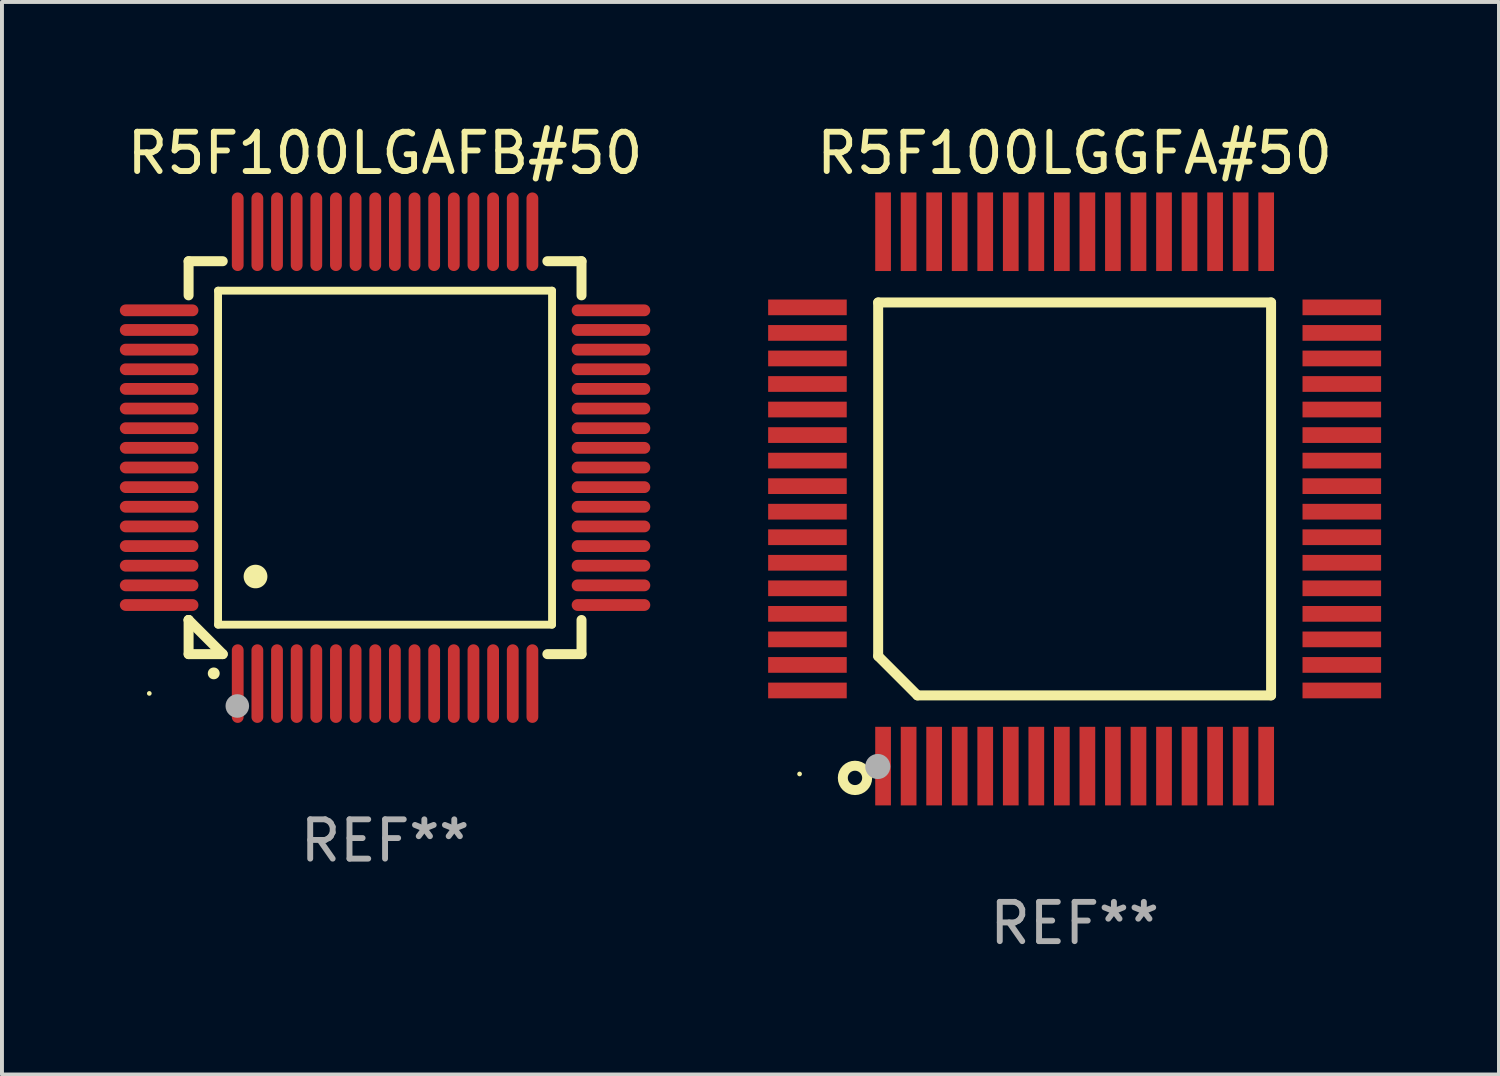
<source format=kicad_pcb>
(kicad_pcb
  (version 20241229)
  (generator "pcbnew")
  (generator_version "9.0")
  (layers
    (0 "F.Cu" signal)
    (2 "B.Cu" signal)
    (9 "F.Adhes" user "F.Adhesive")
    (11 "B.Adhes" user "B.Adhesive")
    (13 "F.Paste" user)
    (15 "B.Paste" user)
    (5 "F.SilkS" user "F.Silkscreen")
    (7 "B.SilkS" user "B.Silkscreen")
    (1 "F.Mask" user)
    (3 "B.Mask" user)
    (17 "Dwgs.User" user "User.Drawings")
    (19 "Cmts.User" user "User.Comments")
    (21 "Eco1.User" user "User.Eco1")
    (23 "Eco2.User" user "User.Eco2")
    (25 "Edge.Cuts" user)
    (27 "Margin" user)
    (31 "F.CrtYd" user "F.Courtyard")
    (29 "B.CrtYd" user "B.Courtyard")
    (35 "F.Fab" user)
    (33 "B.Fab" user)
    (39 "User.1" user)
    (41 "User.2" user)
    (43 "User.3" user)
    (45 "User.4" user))
  (footprint "R5F100LGGFA#50"
    (layer "F.Cu")
    (at 24.3 9.648)
    (property "Reference" "R5F100LGGFA#50" (at 0 -8.8 0) (layer "F.SilkS") (effects (font (size 1 1) (thickness 0.15))))
    (attr through_hole)
    (fp_line (start -5 -5) (end 5 -5) (stroke (width 0.254) (type solid)) (layer "F.SilkS"))
    (fp_line (start -5 4) (end -5 -5) (stroke (width 0.254) (type solid)) (layer "F.SilkS"))
    (fp_line (start -4 5) (end -5 4) (stroke (width 0.254) (type solid)) (layer "F.SilkS"))
    (fp_line (start 5 -5) (end 5 5) (stroke (width 0.254) (type solid)) (layer "F.SilkS"))
    (fp_line (start 5 5) (end -4 5) (stroke (width 0.254) (type solid)) (layer "F.SilkS"))
    (fp_circle (center -7 7) (end -6.97 7) (stroke (width 0.06) (type solid)) (fill no) (layer "F.SilkS"))
    (fp_circle (center -5.59 7.1) (end -5.28 7.1) (stroke (width 0.254) (type solid)) (fill no) (layer "F.SilkS"))
    (fp_circle (center -5.01 6.81) (end -4.85 6.81) (stroke (width 0.32) (type solid)) (fill no) (layer "F.Fab"))
    (fp_text user "REF**" (at 0 10.8 0) (layer "F.Fab") (effects (font (size 1 1) (thickness 0.15))))
    (pad "1" smd rect (at -4.875 6.8) (size 0.4 2) (layers "F.Cu" "F.Mask" "F.Paste"))
    (pad "2" smd rect (at -4.225 6.8) (size 0.4 2) (layers "F.Cu" "F.Mask" "F.Paste"))
    (pad "3" smd rect (at -3.575 6.8) (size 0.4 2) (layers "F.Cu" "F.Mask" "F.Paste"))
    (pad "4" smd rect (at -2.925 6.8) (size 0.4 2) (layers "F.Cu" "F.Mask" "F.Paste"))
    (pad "5" smd rect (at -2.275 6.8) (size 0.4 2) (layers "F.Cu" "F.Mask" "F.Paste"))
    (pad "6" smd rect (at -1.625 6.8) (size 0.4 2) (layers "F.Cu" "F.Mask" "F.Paste"))
    (pad "7" smd rect (at -0.975 6.8) (size 0.4 2) (layers "F.Cu" "F.Mask" "F.Paste"))
    (pad "8" smd rect (at -0.325 6.8) (size 0.4 2) (layers "F.Cu" "F.Mask" "F.Paste"))
    (pad "9" smd rect (at 0.325 6.8) (size 0.4 2) (layers "F.Cu" "F.Mask" "F.Paste"))
    (pad "10" smd rect (at 0.975 6.8) (size 0.4 2) (layers "F.Cu" "F.Mask" "F.Paste"))
    (pad "11" smd rect (at 1.625 6.8) (size 0.4 2) (layers "F.Cu" "F.Mask" "F.Paste"))
    (pad "12" smd rect (at 2.275 6.8) (size 0.4 2) (layers "F.Cu" "F.Mask" "F.Paste"))
    (pad "13" smd rect (at 2.925 6.8) (size 0.4 2) (layers "F.Cu" "F.Mask" "F.Paste"))
    (pad "14" smd rect (at 3.575 6.8) (size 0.4 2) (layers "F.Cu" "F.Mask" "F.Paste"))
    (pad "15" smd rect (at 4.225 6.8) (size 0.4 2) (layers "F.Cu" "F.Mask" "F.Paste"))
    (pad "16" smd rect (at 4.875 6.8) (size 0.4 2) (layers "F.Cu" "F.Mask" "F.Paste"))
    (pad "17" smd rect (at 6.8 4.875) (size 2 0.4) (layers "F.Cu" "F.Mask" "F.Paste"))
    (pad "18" smd rect (at 6.8 4.225) (size 2 0.4) (layers "F.Cu" "F.Mask" "F.Paste"))
    (pad "19" smd rect (at 6.8 3.575) (size 2 0.4) (layers "F.Cu" "F.Mask" "F.Paste"))
    (pad "20" smd rect (at 6.8 2.925) (size 2 0.4) (layers "F.Cu" "F.Mask" "F.Paste"))
    (pad "21" smd rect (at 6.8 2.275) (size 2 0.4) (layers "F.Cu" "F.Mask" "F.Paste"))
    (pad "22" smd rect (at 6.8 1.625) (size 2 0.4) (layers "F.Cu" "F.Mask" "F.Paste"))
    (pad "23" smd rect (at 6.8 0.975) (size 2 0.4) (layers "F.Cu" "F.Mask" "F.Paste"))
    (pad "24" smd rect (at 6.8 0.325) (size 2 0.4) (layers "F.Cu" "F.Mask" "F.Paste"))
    (pad "25" smd rect (at 6.8 -0.325) (size 2 0.4) (layers "F.Cu" "F.Mask" "F.Paste"))
    (pad "26" smd rect (at 6.8 -0.975) (size 2 0.4) (layers "F.Cu" "F.Mask" "F.Paste"))
    (pad "27" smd rect (at 6.8 -1.625) (size 2 0.4) (layers "F.Cu" "F.Mask" "F.Paste"))
    (pad "28" smd rect (at 6.8 -2.275) (size 2 0.4) (layers "F.Cu" "F.Mask" "F.Paste"))
    (pad "29" smd rect (at 6.8 -2.925) (size 2 0.4) (layers "F.Cu" "F.Mask" "F.Paste"))
    (pad "30" smd rect (at 6.8 -3.575) (size 2 0.4) (layers "F.Cu" "F.Mask" "F.Paste"))
    (pad "31" smd rect (at 6.8 -4.225) (size 2 0.4) (layers "F.Cu" "F.Mask" "F.Paste"))
    (pad "32" smd rect (at 6.8 -4.875) (size 2 0.4) (layers "F.Cu" "F.Mask" "F.Paste"))
    (pad "33" smd rect (at 4.875 -6.8) (size 0.4 2) (layers "F.Cu" "F.Mask" "F.Paste"))
    (pad "34" smd rect (at 4.225 -6.8) (size 0.4 2) (layers "F.Cu" "F.Mask" "F.Paste"))
    (pad "35" smd rect (at 3.575 -6.8) (size 0.4 2) (layers "F.Cu" "F.Mask" "F.Paste"))
    (pad "36" smd rect (at 2.925 -6.8) (size 0.4 2) (layers "F.Cu" "F.Mask" "F.Paste"))
    (pad "37" smd rect (at 2.275 -6.8) (size 0.4 2) (layers "F.Cu" "F.Mask" "F.Paste"))
    (pad "38" smd rect (at 1.625 -6.8) (size 0.4 2) (layers "F.Cu" "F.Mask" "F.Paste"))
    (pad "39" smd rect (at 0.975 -6.8) (size 0.4 2) (layers "F.Cu" "F.Mask" "F.Paste"))
    (pad "40" smd rect (at 0.325 -6.8) (size 0.4 2) (layers "F.Cu" "F.Mask" "F.Paste"))
    (pad "41" smd rect (at -0.325 -6.8) (size 0.4 2) (layers "F.Cu" "F.Mask" "F.Paste"))
    (pad "42" smd rect (at -0.975 -6.8) (size 0.4 2) (layers "F.Cu" "F.Mask" "F.Paste"))
    (pad "43" smd rect (at -1.625 -6.8) (size 0.4 2) (layers "F.Cu" "F.Mask" "F.Paste"))
    (pad "44" smd rect (at -2.275 -6.8) (size 0.4 2) (layers "F.Cu" "F.Mask" "F.Paste"))
    (pad "45" smd rect (at -2.925 -6.8) (size 0.4 2) (layers "F.Cu" "F.Mask" "F.Paste"))
    (pad "46" smd rect (at -3.575 -6.8) (size 0.4 2) (layers "F.Cu" "F.Mask" "F.Paste"))
    (pad "47" smd rect (at -4.225 -6.8) (size 0.4 2) (layers "F.Cu" "F.Mask" "F.Paste"))
    (pad "48" smd rect (at -4.875 -6.8) (size 0.4 2) (layers "F.Cu" "F.Mask" "F.Paste"))
    (pad "49" smd rect (at -6.8 -4.875) (size 2 0.4) (layers "F.Cu" "F.Mask" "F.Paste"))
    (pad "50" smd rect (at -6.8 -4.225) (size 2 0.4) (layers "F.Cu" "F.Mask" "F.Paste"))
    (pad "51" smd rect (at -6.8 -3.575) (size 2 0.4) (layers "F.Cu" "F.Mask" "F.Paste"))
    (pad "52" smd rect (at -6.8 -2.925) (size 2 0.4) (layers "F.Cu" "F.Mask" "F.Paste"))
    (pad "53" smd rect (at -6.8 -2.275) (size 2 0.4) (layers "F.Cu" "F.Mask" "F.Paste"))
    (pad "54" smd rect (at -6.8 -1.625) (size 2 0.4) (layers "F.Cu" "F.Mask" "F.Paste"))
    (pad "55" smd rect (at -6.8 -0.975) (size 2 0.4) (layers "F.Cu" "F.Mask" "F.Paste"))
    (pad "56" smd rect (at -6.8 -0.325) (size 2 0.4) (layers "F.Cu" "F.Mask" "F.Paste"))
    (pad "57" smd rect (at -6.8 0.325) (size 2 0.4) (layers "F.Cu" "F.Mask" "F.Paste"))
    (pad "58" smd rect (at -6.8 0.975) (size 2 0.4) (layers "F.Cu" "F.Mask" "F.Paste"))
    (pad "59" smd rect (at -6.8 1.625) (size 2 0.4) (layers "F.Cu" "F.Mask" "F.Paste"))
    (pad "60" smd rect (at -6.8 2.275) (size 2 0.4) (layers "F.Cu" "F.Mask" "F.Paste"))
    (pad "61" smd rect (at -6.8 2.925) (size 2 0.4) (layers "F.Cu" "F.Mask" "F.Paste"))
    (pad "62" smd rect (at -6.8 3.575) (size 2 0.4) (layers "F.Cu" "F.Mask" "F.Paste"))
    (pad "63" smd rect (at -6.8 4.225) (size 2 0.4) (layers "F.Cu" "F.Mask" "F.Paste"))
    (pad "64" smd rect (at -6.8 4.875) (size 2 0.4) (layers "F.Cu" "F.Mask" "F.Paste")))
  (footprint "R5F100LGAFB#50"
    (layer "F.Cu")
    (at 6.75 8.598)
    (property "Reference" "R5F100LGAFB#50" (at 0 -7.75 0) (layer "F.SilkS") (effects (font (size 1 1) (thickness 0.15))))
    (attr through_hole)
    (fp_line (start -5 -5) (end -4.131 -5) (stroke (width 0.254) (type solid)) (layer "F.SilkS"))
    (fp_line (start -5 -4.131) (end -5 -5) (stroke (width 0.254) (type solid)) (layer "F.SilkS"))
    (fp_line (start -5 4.131) (end -5 4.131) (stroke (width 0.254) (type solid)) (layer "F.SilkS"))
    (fp_line (start -5 5) (end -5 4.131) (stroke (width 0.254) (type solid)) (layer "F.SilkS"))
    (fp_line (start -5 4.131) (end -4.131 5) (stroke (width 0.254) (type solid)) (layer "F.SilkS"))
    (fp_line (start -4.25 -4.25) (end -4.25 4.25) (stroke (width 0.2) (type solid)) (layer "F.SilkS"))
    (fp_line (start -4.25 4.25) (end 4.25 4.25) (stroke (width 0.2) (type solid)) (layer "F.SilkS"))
    (fp_line (start -4.131 5) (end -5 5) (stroke (width 0.254) (type solid)) (layer "F.SilkS"))
    (fp_line (start 4.25 -4.25) (end -4.25 -4.25) (stroke (width 0.2) (type solid)) (layer "F.SilkS"))
    (fp_line (start 4.25 4.25) (end 4.25 -4.25) (stroke (width 0.2) (type solid)) (layer "F.SilkS"))
    (fp_line (start 5 -5) (end 4.131 -5) (stroke (width 0.254) (type solid)) (layer "F.SilkS"))
    (fp_line (start 5 -5) (end 5 -4.131) (stroke (width 0.254) (type solid)) (layer "F.SilkS"))
    (fp_line (start 5 4.131) (end 5 5) (stroke (width 0.254) (type solid)) (layer "F.SilkS"))
    (fp_line (start 5 5) (end 4.131 5) (stroke (width 0.254) (type solid)) (layer "F.SilkS"))
    (fp_arc (start -4.361265 5.489992) (mid -4.359995 5.489987) (end -4.358725 5.489992) (stroke (width 0.3) (type solid)) (layer "F.SilkS"))
    (fp_arc (start -3.299467 3.025146) (mid -3.296927 3.025135) (end -3.294387 3.025146) (stroke (width 0.6) (type solid)) (layer "F.SilkS"))
    (fp_circle (center -6 6) (end -5.97 6) (stroke (width 0.06) (type solid)) (fill no) (layer "F.SilkS"))
    (fp_circle (center -3.76 6.32) (end -3.61 6.32) (stroke (width 0.3) (type solid)) (fill no) (layer "F.Fab"))
    (fp_text user "REF**" (at 0 9.75 0) (layer "F.Fab") (effects (font (size 1 1) (thickness 0.15))))
    (pad "1" smd oval (at -3.75 5.75) (size 0.3 2) (layers "F.Cu" "F.Mask" "F.Paste"))
    (pad "2" smd oval (at -3.25 5.75) (size 0.3 2) (layers "F.Cu" "F.Mask" "F.Paste"))
    (pad "3" smd oval (at -2.75 5.75) (size 0.3 2) (layers "F.Cu" "F.Mask" "F.Paste"))
    (pad "4" smd oval (at -2.25 5.75) (size 0.3 2) (layers "F.Cu" "F.Mask" "F.Paste"))
    (pad "5" smd oval (at -1.75 5.75) (size 0.3 2) (layers "F.Cu" "F.Mask" "F.Paste"))
    (pad "6" smd oval (at -1.25 5.75) (size 0.3 2) (layers "F.Cu" "F.Mask" "F.Paste"))
    (pad "7" smd oval (at -0.75 5.75) (size 0.3 2) (layers "F.Cu" "F.Mask" "F.Paste"))
    (pad "8" smd oval (at -0.25 5.75) (size 0.3 2) (layers "F.Cu" "F.Mask" "F.Paste"))
    (pad "9" smd oval (at 0.25 5.75) (size 0.3 2) (layers "F.Cu" "F.Mask" "F.Paste"))
    (pad "10" smd oval (at 0.75 5.75) (size 0.3 2) (layers "F.Cu" "F.Mask" "F.Paste"))
    (pad "11" smd oval (at 1.25 5.75) (size 0.3 2) (layers "F.Cu" "F.Mask" "F.Paste"))
    (pad "12" smd oval (at 1.75 5.75) (size 0.3 2) (layers "F.Cu" "F.Mask" "F.Paste"))
    (pad "13" smd oval (at 2.25 5.75) (size 0.3 2) (layers "F.Cu" "F.Mask" "F.Paste"))
    (pad "14" smd oval (at 2.75 5.75) (size 0.3 2) (layers "F.Cu" "F.Mask" "F.Paste"))
    (pad "15" smd oval (at 3.25 5.75) (size 0.3 2) (layers "F.Cu" "F.Mask" "F.Paste"))
    (pad "16" smd oval (at 3.75 5.75) (size 0.3 2) (layers "F.Cu" "F.Mask" "F.Paste"))
    (pad "17" smd oval (at 5.75 3.75) (size 2 0.3) (layers "F.Cu" "F.Mask" "F.Paste"))
    (pad "18" smd oval (at 5.75 3.25) (size 2 0.3) (layers "F.Cu" "F.Mask" "F.Paste"))
    (pad "19" smd oval (at 5.75 2.75) (size 2 0.3) (layers "F.Cu" "F.Mask" "F.Paste"))
    (pad "20" smd oval (at 5.75 2.25) (size 2 0.3) (layers "F.Cu" "F.Mask" "F.Paste"))
    (pad "21" smd oval (at 5.75 1.75) (size 2 0.3) (layers "F.Cu" "F.Mask" "F.Paste"))
    (pad "22" smd oval (at 5.75 1.25) (size 2 0.3) (layers "F.Cu" "F.Mask" "F.Paste"))
    (pad "23" smd oval (at 5.75 0.75) (size 2 0.3) (layers "F.Cu" "F.Mask" "F.Paste"))
    (pad "24" smd oval (at 5.75 0.25) (size 2 0.3) (layers "F.Cu" "F.Mask" "F.Paste"))
    (pad "25" smd oval (at 5.75 -0.25) (size 2 0.3) (layers "F.Cu" "F.Mask" "F.Paste"))
    (pad "26" smd oval (at 5.75 -0.75) (size 2 0.3) (layers "F.Cu" "F.Mask" "F.Paste"))
    (pad "27" smd oval (at 5.75 -1.25) (size 2 0.3) (layers "F.Cu" "F.Mask" "F.Paste"))
    (pad "28" smd oval (at 5.75 -1.75) (size 2 0.3) (layers "F.Cu" "F.Mask" "F.Paste"))
    (pad "29" smd oval (at 5.75 -2.25) (size 2 0.3) (layers "F.Cu" "F.Mask" "F.Paste"))
    (pad "30" smd oval (at 5.75 -2.75) (size 2 0.3) (layers "F.Cu" "F.Mask" "F.Paste"))
    (pad "31" smd oval (at 5.75 -3.25) (size 2 0.3) (layers "F.Cu" "F.Mask" "F.Paste"))
    (pad "32" smd oval (at 5.75 -3.75) (size 2 0.3) (layers "F.Cu" "F.Mask" "F.Paste"))
    (pad "33" smd oval (at 3.75 -5.75) (size 0.3 2) (layers "F.Cu" "F.Mask" "F.Paste"))
    (pad "34" smd oval (at 3.25 -5.75) (size 0.3 2) (layers "F.Cu" "F.Mask" "F.Paste"))
    (pad "35" smd oval (at 2.75 -5.75) (size 0.3 2) (layers "F.Cu" "F.Mask" "F.Paste"))
    (pad "36" smd oval (at 2.25 -5.75) (size 0.3 2) (layers "F.Cu" "F.Mask" "F.Paste"))
    (pad "37" smd oval (at 1.75 -5.75) (size 0.3 2) (layers "F.Cu" "F.Mask" "F.Paste"))
    (pad "38" smd oval (at 1.25 -5.75) (size 0.3 2) (layers "F.Cu" "F.Mask" "F.Paste"))
    (pad "39" smd oval (at 0.75 -5.75) (size 0.3 2) (layers "F.Cu" "F.Mask" "F.Paste"))
    (pad "40" smd oval (at 0.25 -5.75) (size 0.3 2) (layers "F.Cu" "F.Mask" "F.Paste"))
    (pad "41" smd oval (at -0.25 -5.75) (size 0.3 2) (layers "F.Cu" "F.Mask" "F.Paste"))
    (pad "42" smd oval (at -0.75 -5.75) (size 0.3 2) (layers "F.Cu" "F.Mask" "F.Paste"))
    (pad "43" smd oval (at -1.25 -5.75) (size 0.3 2) (layers "F.Cu" "F.Mask" "F.Paste"))
    (pad "44" smd oval (at -1.75 -5.75) (size 0.3 2) (layers "F.Cu" "F.Mask" "F.Paste"))
    (pad "45" smd oval (at -2.25 -5.75) (size 0.3 2) (layers "F.Cu" "F.Mask" "F.Paste"))
    (pad "46" smd oval (at -2.75 -5.75) (size 0.3 2) (layers "F.Cu" "F.Mask" "F.Paste"))
    (pad "47" smd oval (at -3.25 -5.75) (size 0.3 2) (layers "F.Cu" "F.Mask" "F.Paste"))
    (pad "48" smd oval (at -3.75 -5.75) (size 0.3 2) (layers "F.Cu" "F.Mask" "F.Paste"))
    (pad "49" smd oval (at -5.75 -3.75) (size 2 0.3) (layers "F.Cu" "F.Mask" "F.Paste"))
    (pad "50" smd oval (at -5.75 -3.25) (size 2 0.3) (layers "F.Cu" "F.Mask" "F.Paste"))
    (pad "51" smd oval (at -5.75 -2.75) (size 2 0.3) (layers "F.Cu" "F.Mask" "F.Paste"))
    (pad "52" smd oval (at -5.75 -2.25) (size 2 0.3) (layers "F.Cu" "F.Mask" "F.Paste"))
    (pad "53" smd oval (at -5.75 -1.75) (size 2 0.3) (layers "F.Cu" "F.Mask" "F.Paste"))
    (pad "54" smd oval (at -5.75 -1.25) (size 2 0.3) (layers "F.Cu" "F.Mask" "F.Paste"))
    (pad "55" smd oval (at -5.75 -0.75) (size 2 0.3) (layers "F.Cu" "F.Mask" "F.Paste"))
    (pad "56" smd oval (at -5.75 -0.25) (size 2 0.3) (layers "F.Cu" "F.Mask" "F.Paste"))
    (pad "57" smd oval (at -5.75 0.25) (size 2 0.3) (layers "F.Cu" "F.Mask" "F.Paste"))
    (pad "58" smd oval (at -5.75 0.75) (size 2 0.3) (layers "F.Cu" "F.Mask" "F.Paste"))
    (pad "59" smd oval (at -5.75 1.25) (size 2 0.3) (layers "F.Cu" "F.Mask" "F.Paste"))
    (pad "60" smd oval (at -5.75 1.75) (size 2 0.3) (layers "F.Cu" "F.Mask" "F.Paste"))
    (pad "61" smd oval (at -5.75 2.25) (size 2 0.3) (layers "F.Cu" "F.Mask" "F.Paste"))
    (pad "62" smd oval (at -5.75 2.75) (size 2 0.3) (layers "F.Cu" "F.Mask" "F.Paste"))
    (pad "63" smd oval (at -5.75 3.25) (size 2 0.3) (layers "F.Cu" "F.Mask" "F.Paste"))
    (pad "64" smd oval (at -5.75 3.75) (size 2 0.3) (layers "F.Cu" "F.Mask" "F.Paste")))
  (gr_rect
    (start -3 -3)
    (end 35.1 24.297)
    (stroke (width 0.1) (type default))
    (fill no)
    (layer "Edge.Cuts")))
</source>
